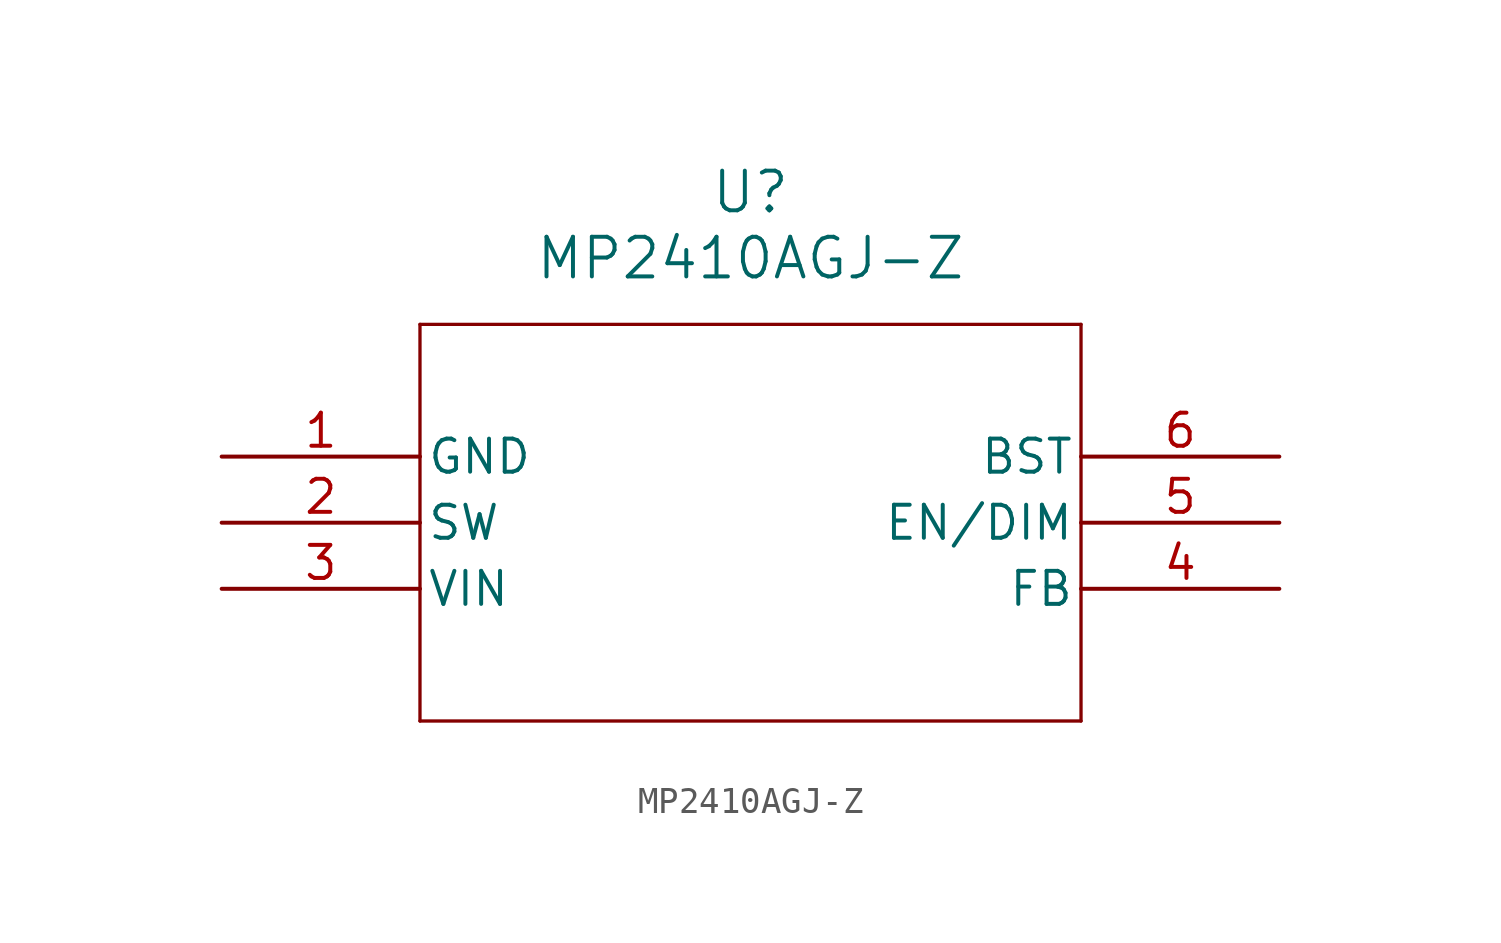
<source format=kicad_sym>
(kicad_symbol_lib
  (version 20211014)
  (generator kicad_symbol_editor)
  (symbol "MP2410AGJ-Z"
    (pin_names
      (offset 0.254))
    (property "Reference" "U"
      (at 20.32 10.16 0)
      (effects (font (size 1.524 1.524))))
    (property "Value" "MP2410AGJ-Z"
      (at 20.32 7.62 0)
      (effects (font (size 1.524 1.524))))
    (symbol "MP2410AGJ-Z_0_1"
      (polyline (pts (xy 7.62 5.08) (xy 7.62 -10.16)) (stroke (width 0.127) (type default) (color 0 0 0 0)) (fill (type none)))
      (polyline (pts (xy 7.62 -10.16) (xy 33.02 -10.16)) (stroke (width 0.127) (type default) (color 0 0 0 0)) (fill (type none)))
      (polyline (pts (xy 33.02 -10.16) (xy 33.02 5.08)) (stroke (width 0.127) (type default) (color 0 0 0 0)) (fill (type none)))
      (polyline (pts (xy 33.02 5.08) (xy 7.62 5.08)) (stroke (width 0.127) (type default) (color 0 0 0 0)) (fill (type none)))
      (pin power_in line (at 0 0 0) (length 7.62) (name "GND" (effects (font (size 1.27 1.27)))) (number "1" (effects (font (size 1.27 1.27)))))
      (pin output line (at 0 -2.54 0) (length 7.62) (name "SW" (effects (font (size 1.27 1.27)))) (number "2" (effects (font (size 1.27 1.27)))))
      (pin power_in line (at 0 -5.08 0) (length 7.62) (name "VIN" (effects (font (size 1.27 1.27)))) (number "3" (effects (font (size 1.27 1.27)))))
      (pin input line (at 40.64 -5.08 180) (length 7.62) (name "FB" (effects (font (size 1.27 1.27)))) (number "4" (effects (font (size 1.27 1.27)))))
      (pin input line (at 40.64 -2.54 180) (length 7.62) (name "EN/DIM" (effects (font (size 1.27 1.27)))) (number "5" (effects (font (size 1.27 1.27)))))
      (pin power_in line (at 40.64 0 180) (length 7.62) (name "BST" (effects (font (size 1.27 1.27)))) (number "6" (effects (font (size 1.27 1.27))))))))
</source>
